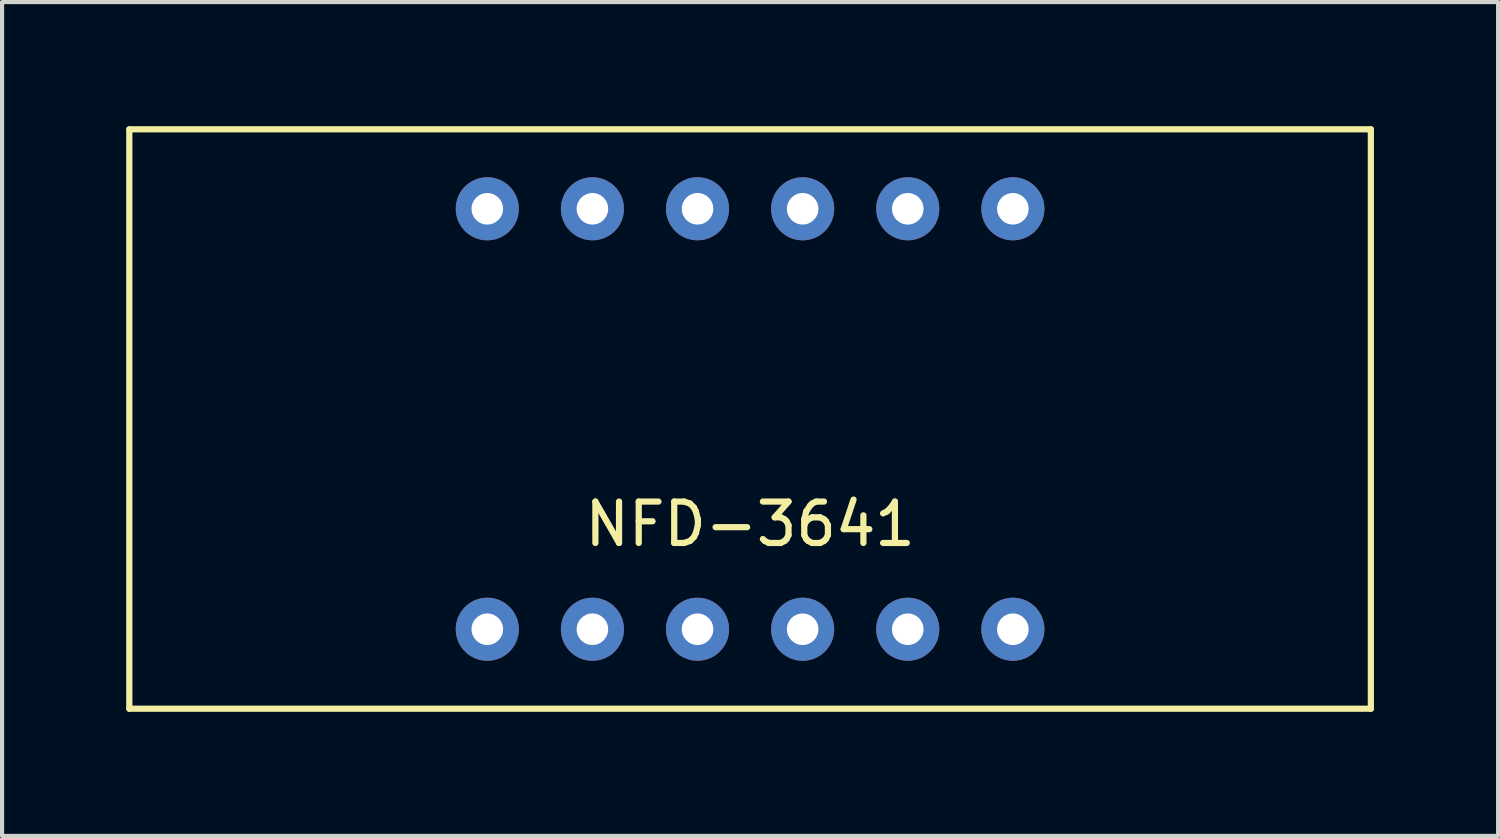
<source format=kicad_pcb>
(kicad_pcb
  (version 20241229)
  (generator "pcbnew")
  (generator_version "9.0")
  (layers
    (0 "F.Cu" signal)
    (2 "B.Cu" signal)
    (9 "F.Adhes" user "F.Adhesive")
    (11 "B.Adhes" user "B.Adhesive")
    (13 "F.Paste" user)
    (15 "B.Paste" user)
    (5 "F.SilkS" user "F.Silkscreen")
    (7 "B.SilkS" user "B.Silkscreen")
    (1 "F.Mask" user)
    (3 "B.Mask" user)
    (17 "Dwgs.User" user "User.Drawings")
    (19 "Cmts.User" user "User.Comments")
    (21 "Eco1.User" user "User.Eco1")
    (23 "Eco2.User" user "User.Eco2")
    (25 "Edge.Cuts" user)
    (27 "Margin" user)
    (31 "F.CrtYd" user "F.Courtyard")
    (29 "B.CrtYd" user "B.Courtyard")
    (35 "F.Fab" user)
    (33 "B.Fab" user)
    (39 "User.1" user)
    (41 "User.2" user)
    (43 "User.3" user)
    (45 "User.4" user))
  (footprint "NFD-3641"
    (layer "F.Cu")
    (at 15.075 7.075)
    (property "Reference" "NFD-3641" (at 0 2.54 0) (layer "F.SilkS") (effects (font (size 1 1) (thickness 0.15))))
    (attr through_hole)
    (fp_line (start -15 -7) (end 15 -7) (stroke (width 0.15) (type solid)) (layer "F.SilkS"))
    (fp_line (start -15 7) (end -15 -7) (stroke (width 0.15) (type solid)) (layer "F.SilkS"))
    (fp_line (start 15 -7) (end 15 7) (stroke (width 0.15) (type solid)) (layer "F.SilkS"))
    (fp_line (start 15 7) (end -15 7) (stroke (width 0.15) (type solid)) (layer "F.SilkS"))
    (pad "1" thru_hole circle (at -6.35 5.08) (size 1.524 1.524) (drill 0.762) (layers "*.Cu" "*.Mask"))
    (pad "2" thru_hole circle (at -3.81 5.08) (size 1.524 1.524) (drill 0.762) (layers "*.Cu" "*.Mask"))
    (pad "3" thru_hole circle (at -1.27 5.08) (size 1.524 1.524) (drill 0.762) (layers "*.Cu" "*.Mask"))
    (pad "4" thru_hole circle (at 1.27 5.08) (size 1.524 1.524) (drill 0.762) (layers "*.Cu" "*.Mask"))
    (pad "5" thru_hole circle (at 3.81 5.08) (size 1.524 1.524) (drill 0.762) (layers "*.Cu" "*.Mask"))
    (pad "6" thru_hole circle (at 6.35 5.08) (size 1.524 1.524) (drill 0.762) (layers "*.Cu" "*.Mask"))
    (pad "7" thru_hole circle (at 6.35 -5.08) (size 1.524 1.524) (drill 0.762) (layers "*.Cu" "*.Mask"))
    (pad "8" thru_hole circle (at 3.81 -5.08) (size 1.524 1.524) (drill 0.762) (layers "*.Cu" "*.Mask"))
    (pad "9" thru_hole circle (at 1.27 -5.08) (size 1.524 1.524) (drill 0.762) (layers "*.Cu" "*.Mask"))
    (pad "10" thru_hole circle (at -1.27 -5.08) (size 1.524 1.524) (drill 0.762) (layers "*.Cu" "*.Mask"))
    (pad "11" thru_hole circle (at -3.81 -5.08) (size 1.524 1.524) (drill 0.762) (layers "*.Cu" "*.Mask"))
    (pad "12" thru_hole circle (at -6.35 -5.08) (size 1.524 1.524) (drill 0.762) (layers "*.Cu" "*.Mask")))
  (gr_rect
    (start -3 -3)
    (end 33.15 17.15)
    (stroke (width 0.1) (type default))
    (fill no)
    (layer "Edge.Cuts")))
</source>
